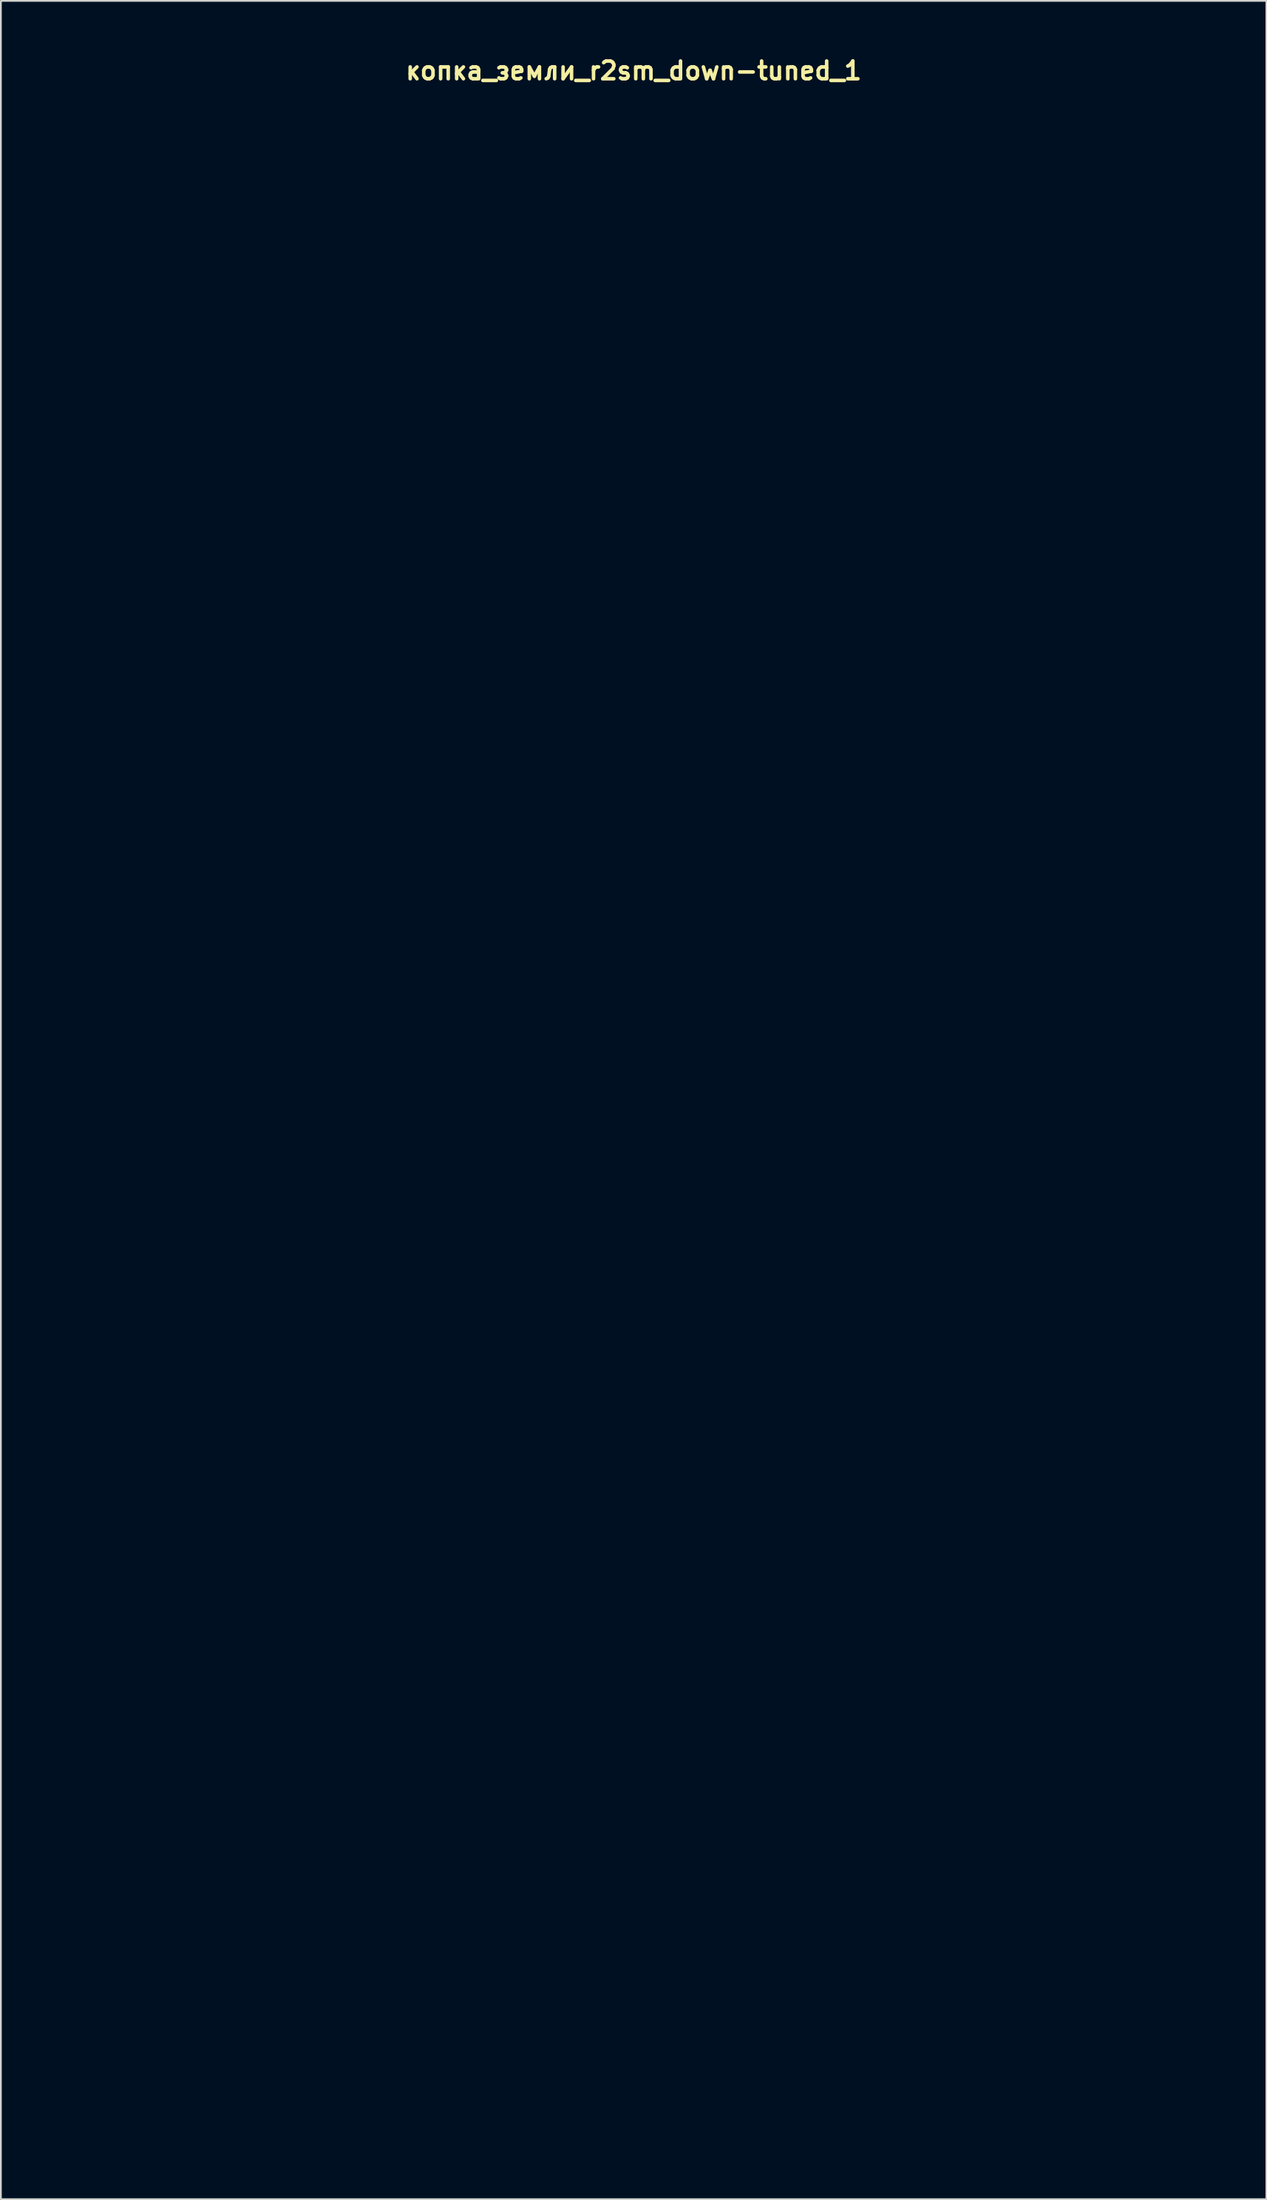
<source format=kicad_pcb>
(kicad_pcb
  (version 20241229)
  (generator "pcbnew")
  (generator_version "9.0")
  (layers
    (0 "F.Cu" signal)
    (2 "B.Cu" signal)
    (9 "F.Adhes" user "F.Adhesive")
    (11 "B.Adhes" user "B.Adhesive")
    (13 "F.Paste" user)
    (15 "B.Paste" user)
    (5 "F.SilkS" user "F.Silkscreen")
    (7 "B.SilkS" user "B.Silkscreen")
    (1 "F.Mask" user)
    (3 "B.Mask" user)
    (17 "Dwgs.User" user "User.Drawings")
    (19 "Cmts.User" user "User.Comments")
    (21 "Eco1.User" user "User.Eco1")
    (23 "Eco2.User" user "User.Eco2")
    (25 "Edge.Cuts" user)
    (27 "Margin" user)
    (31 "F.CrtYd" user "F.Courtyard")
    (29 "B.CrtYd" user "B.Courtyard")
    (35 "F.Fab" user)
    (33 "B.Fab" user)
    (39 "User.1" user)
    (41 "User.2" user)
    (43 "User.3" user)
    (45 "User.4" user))
  (footprint "копка_земли_r2sm_down-tuned_1"
    (layer "F.Cu")
    (at 32.67 59.737)
    (property "Reference" "копка_земли_r2sm_down-tuned_1" (at 0 -58.801 0) (layer "F.SilkS") (effects (font (size 1 1) (thickness 0.2))))
    (attr through_hole)
    (fp_line (start -32.47 -57.98) (end -32.47 57.98) (stroke (width 0.4) (type solid)) (layer "Eco1.User"))
    (fp_line (start -32.47 -57.98) (end 32.47 -57.98) (stroke (width 0.4) (type solid)) (layer "Eco1.User"))
    (fp_line (start -32.47 -55.98) (end 32.47 -55.98) (stroke (width 0.2) (type solid)) (layer "Eco1.User"))
    (fp_line (start -32.47 55.98) (end 32.47 55.98) (stroke (width 0.2) (type solid)) (layer "Eco1.User"))
    (fp_line (start -32.47 57.98) (end 32.47 57.98) (stroke (width 0.4) (type solid)) (layer "Eco1.User"))
    (fp_line (start 32.47 -57.98) (end 32.47 57.98) (stroke (width 0.4) (type solid)) (layer "Eco1.User"))
    (fp_circle (center -19.05 -40.44) (end -15.45 -40.44) (stroke (width 0.4) (type solid)) (fill no) (layer "Eco1.User"))
    (fp_circle (center -19.05 -40.44) (end -9.55 -40.44) (stroke (width 0.4) (type solid)) (fill no) (layer "Eco1.User"))
    (fp_circle (center -19.05 -12.5) (end -15.45 -12.5) (stroke (width 0.4) (type solid)) (fill no) (layer "Eco1.User"))
    (fp_circle (center -19.05 -12.5) (end -9.55 -12.5) (stroke (width 0.4) (type solid)) (fill no) (layer "Eco1.User"))
    (fp_circle (center -19.05 44.45) (end -16.4 44.45) (stroke (width 0.4) (type solid)) (fill no) (layer "Eco1.User"))
    (fp_circle (center -8.89 -50.8) (end -7.39 -50.8) (stroke (width 0.4) (type solid)) (fill no) (layer "Eco1.User"))
    (fp_circle (center -8.89 -50.8) (end -5.89 -50.8) (stroke (width 0.4) (type solid)) (fill no) (layer "Eco1.User"))
    (fp_circle (center 0 -26.47) (end 3.6 -26.47) (stroke (width 0.4) (type solid)) (fill no) (layer "Eco1.User"))
    (fp_circle (center 0 -26.47) (end 9.5 -26.47) (stroke (width 0.4) (type solid)) (fill no) (layer "Eco1.User"))
    (fp_circle (center 0 1.47) (end 3.6 1.47) (stroke (width 0.4) (type solid)) (fill no) (layer "Eco1.User"))
    (fp_circle (center 0 1.47) (end 9.5 1.47) (stroke (width 0.4) (type solid)) (fill no) (layer "Eco1.User"))
    (fp_circle (center 0 44.45) (end 6 44.45) (stroke (width 0.4) (type solid)) (fill no) (layer "Eco1.User"))
    (fp_circle (center 0 44.45) (end 10 44.45) (stroke (width 0.4) (type solid)) (fill no) (layer "Eco1.User"))
    (fp_circle (center 8.89 -50.8) (end 10.39 -50.8) (stroke (width 0.4) (type solid)) (fill no) (layer "Eco1.User"))
    (fp_circle (center 8.89 -50.8) (end 11.89 -50.8) (stroke (width 0.4) (type solid)) (fill no) (layer "Eco1.User"))
    (fp_circle (center 19.05 -40.44) (end 22.65 -40.44) (stroke (width 0.4) (type solid)) (fill no) (layer "Eco1.User"))
    (fp_circle (center 19.05 -40.44) (end 28.55 -40.44) (stroke (width 0.4) (type solid)) (fill no) (layer "Eco1.User"))
    (fp_circle (center 19.05 -12.5) (end 22.65 -12.5) (stroke (width 0.4) (type solid)) (fill no) (layer "Eco1.User"))
    (fp_circle (center 19.05 -12.5) (end 28.55 -12.5) (stroke (width 0.4) (type solid)) (fill no) (layer "Eco1.User"))
    (fp_line (start -32.47 -57.98) (end -32.47 57.98) (stroke (width 0.4) (type solid)) (layer "Eco2.User"))
    (fp_line (start -32.47 -57.98) (end 32.47 -57.98) (stroke (width 0.4) (type solid)) (layer "Eco2.User"))
    (fp_line (start -32.47 57.98) (end 32.47 57.98) (stroke (width 0.4) (type solid)) (layer "Eco2.User"))
    (fp_line (start -29.21 -54.928) (end -29.21 -49.847) (stroke (width 0.5) (type solid)) (layer "Eco2.User"))
    (fp_line (start -29.21 -54.928) (end -22.225 -54.928) (stroke (width 0.5) (type solid)) (layer "Eco2.User"))
    (fp_line (start -29.21 -49.847) (end -26.035 -46.672) (stroke (width 0.5) (type solid)) (layer "Eco2.User"))
    (fp_line (start -29.21 -44.767) (end -29.21 -39.688) (stroke (width 0.5) (type solid)) (layer "Eco2.User"))
    (fp_line (start -29.21 -44.767) (end -22.225 -44.767) (stroke (width 0.5) (type solid)) (layer "Eco2.User"))
    (fp_line (start -29.21 -39.688) (end -26.035 -36.513) (stroke (width 0.5) (type solid)) (layer "Eco2.User"))
    (fp_line (start -29.21 -34.608) (end -29.21 -29.527) (stroke (width 0.5) (type solid)) (layer "Eco2.User"))
    (fp_line (start -29.21 -34.608) (end -22.225 -34.608) (stroke (width 0.5) (type solid)) (layer "Eco2.User"))
    (fp_line (start -29.21 -29.527) (end -26.035 -26.352) (stroke (width 0.5) (type solid)) (layer "Eco2.User"))
    (fp_line (start -29.21 -24.448) (end -29.21 -19.367) (stroke (width 0.5) (type solid)) (layer "Eco2.User"))
    (fp_line (start -29.21 -24.448) (end -22.225 -24.448) (stroke (width 0.5) (type solid)) (layer "Eco2.User"))
    (fp_line (start -29.21 -19.367) (end -26.035 -16.192) (stroke (width 0.5) (type solid)) (layer "Eco2.User"))
    (fp_line (start -29.21 -14.287) (end -29.21 -9.207) (stroke (width 0.5) (type solid)) (layer "Eco2.User"))
    (fp_line (start -29.21 -14.287) (end -22.225 -14.287) (stroke (width 0.5) (type solid)) (layer "Eco2.User"))
    (fp_line (start -29.21 -9.207) (end -26.035 -6.032) (stroke (width 0.5) (type solid)) (layer "Eco2.User"))
    (fp_line (start -29.21 -4.128) (end -29.21 0.953) (stroke (width 0.5) (type solid)) (layer "Eco2.User"))
    (fp_line (start -29.21 -4.128) (end -22.225 -4.128) (stroke (width 0.5) (type solid)) (layer "Eco2.User"))
    (fp_line (start -29.21 0.953) (end -26.035 4.128) (stroke (width 0.5) (type solid)) (layer "Eco2.User"))
    (fp_line (start -29.21 6.032) (end -29.21 11.113) (stroke (width 0.5) (type solid)) (layer "Eco2.User"))
    (fp_line (start -29.21 6.032) (end -22.225 6.032) (stroke (width 0.5) (type solid)) (layer "Eco2.User"))
    (fp_line (start -29.21 11.113) (end -26.035 14.287) (stroke (width 0.5) (type solid)) (layer "Eco2.User"))
    (fp_line (start -29.21 16.192) (end -29.21 21.273) (stroke (width 0.5) (type solid)) (layer "Eco2.User"))
    (fp_line (start -29.21 16.192) (end -22.225 16.192) (stroke (width 0.5) (type solid)) (layer "Eco2.User"))
    (fp_line (start -29.21 21.273) (end -26.035 24.448) (stroke (width 0.5) (type solid)) (layer "Eco2.User"))
    (fp_line (start -29.21 26.352) (end -29.21 31.433) (stroke (width 0.5) (type solid)) (layer "Eco2.User"))
    (fp_line (start -29.21 26.352) (end 26.035 26.352) (stroke (width 0.5) (type solid)) (layer "Eco2.User"))
    (fp_line (start -29.21 31.433) (end -26.035 34.608) (stroke (width 0.5) (type solid)) (layer "Eco2.User"))
    (fp_line (start -29.21 36.513) (end -29.21 41.593) (stroke (width 0.5) (type solid)) (layer "Eco2.User"))
    (fp_line (start -29.21 36.513) (end -22.225 36.513) (stroke (width 0.5) (type solid)) (layer "Eco2.User"))
    (fp_line (start -29.21 41.593) (end -26.035 44.767) (stroke (width 0.5) (type solid)) (layer "Eco2.User"))
    (fp_line (start -29.21 46.672) (end -29.21 51.752) (stroke (width 0.5) (type solid)) (layer "Eco2.User"))
    (fp_line (start -29.21 46.672) (end -22.225 46.672) (stroke (width 0.5) (type solid)) (layer "Eco2.User"))
    (fp_line (start -29.21 51.752) (end -26.035 54.928) (stroke (width 0.5) (type solid)) (layer "Eco2.User"))
    (fp_line (start -26.035 -46.672) (end -19.05 -46.672) (stroke (width 0.5) (type solid)) (layer "Eco2.User"))
    (fp_line (start -26.035 -36.513) (end -19.05 -36.513) (stroke (width 0.5) (type solid)) (layer "Eco2.User"))
    (fp_line (start -26.035 -26.352) (end -23.177 -26.352) (stroke (width 0.5) (type solid)) (layer "Eco2.User"))
    (fp_line (start -26.035 -16.192) (end -19.05 -16.192) (stroke (width 0.5) (type solid)) (layer "Eco2.User"))
    (fp_line (start -26.035 -6.032) (end -19.05 -6.032) (stroke (width 0.5) (type solid)) (layer "Eco2.User"))
    (fp_line (start -26.035 4.128) (end -19.05 4.128) (stroke (width 0.5) (type solid)) (layer "Eco2.User"))
    (fp_line (start -26.035 14.287) (end -19.05 14.287) (stroke (width 0.5) (type solid)) (layer "Eco2.User"))
    (fp_line (start -26.035 24.448) (end -19.05 24.448) (stroke (width 0.5) (type solid)) (layer "Eco2.User"))
    (fp_line (start -26.035 34.608) (end -6.985 34.608) (stroke (width 0.5) (type solid)) (layer "Eco2.User"))
    (fp_line (start -26.035 44.767) (end -19.05 44.767) (stroke (width 0.5) (type solid)) (layer "Eco2.User"))
    (fp_line (start -26.035 54.928) (end -19.05 54.928) (stroke (width 0.5) (type solid)) (layer "Eco2.User"))
    (fp_line (start -22.225 -54.928) (end -19.05 -51.752) (stroke (width 0.5) (type solid)) (layer "Eco2.User"))
    (fp_line (start -22.225 -44.767) (end -19.05 -41.593) (stroke (width 0.5) (type solid)) (layer "Eco2.User"))
    (fp_line (start -22.225 -34.608) (end -19.05 -31.433) (stroke (width 0.5) (type solid)) (layer "Eco2.User"))
    (fp_line (start -22.225 -24.448) (end -19.05 -21.273) (stroke (width 0.5) (type solid)) (layer "Eco2.User"))
    (fp_line (start -22.225 -14.287) (end -19.05 -11.113) (stroke (width 0.5) (type solid)) (layer "Eco2.User"))
    (fp_line (start -22.225 -4.128) (end -20.003 -1.905) (stroke (width 0.5) (type solid)) (layer "Eco2.User"))
    (fp_line (start -22.225 6.032) (end -19.05 9.207) (stroke (width 0.5) (type solid)) (layer "Eco2.User"))
    (fp_line (start -22.225 16.192) (end -19.05 19.367) (stroke (width 0.5) (type solid)) (layer "Eco2.User"))
    (fp_line (start -22.225 36.513) (end -19.05 39.688) (stroke (width 0.5) (type solid)) (layer "Eco2.User"))
    (fp_line (start -22.225 46.672) (end -19.05 49.847) (stroke (width 0.5) (type solid)) (layer "Eco2.User"))
    (fp_line (start -19.05 -51.752) (end -19.05 -46.672) (stroke (width 0.5) (type solid)) (layer "Eco2.User"))
    (fp_line (start -19.05 -41.593) (end -19.05 -36.513) (stroke (width 0.5) (type solid)) (layer "Eco2.User"))
    (fp_line (start -19.05 -31.433) (end -19.05 -29.845) (stroke (width 0.5) (type solid)) (layer "Eco2.User"))
    (fp_line (start -19.05 -21.273) (end -19.05 -16.192) (stroke (width 0.5) (type solid)) (layer "Eco2.User"))
    (fp_line (start -19.05 -11.113) (end -19.05 -6.032) (stroke (width 0.5) (type solid)) (layer "Eco2.User"))
    (fp_line (start -19.05 2.857) (end -19.05 4.128) (stroke (width 0.5) (type solid)) (layer "Eco2.User"))
    (fp_line (start -19.05 9.207) (end -19.05 14.287) (stroke (width 0.5) (type solid)) (layer "Eco2.User"))
    (fp_line (start -19.05 19.367) (end -19.05 24.448) (stroke (width 0.5) (type solid)) (layer "Eco2.User"))
    (fp_line (start -19.05 39.688) (end -19.05 44.767) (stroke (width 0.5) (type solid)) (layer "Eco2.User"))
    (fp_line (start -19.05 49.847) (end -19.05 54.928) (stroke (width 0.5) (type solid)) (layer "Eco2.User"))
    (fp_line (start -17.145 -54.928) (end -17.145 -49.847) (stroke (width 0.5) (type solid)) (layer "Eco2.User"))
    (fp_line (start -17.145 -54.928) (end -10.16 -54.928) (stroke (width 0.5) (type solid)) (layer "Eco2.User"))
    (fp_line (start -17.145 -49.847) (end -13.97 -46.672) (stroke (width 0.5) (type solid)) (layer "Eco2.User"))
    (fp_line (start -17.145 -44.767) (end -17.145 -39.688) (stroke (width 0.5) (type solid)) (layer "Eco2.User"))
    (fp_line (start -17.145 -44.767) (end 13.97 -44.767) (stroke (width 0.5) (type solid)) (layer "Eco2.User"))
    (fp_line (start -17.145 -39.688) (end -13.97 -36.513) (stroke (width 0.5) (type solid)) (layer "Eco2.User"))
    (fp_line (start -17.145 -34.608) (end -17.145 -29.845) (stroke (width 0.5) (type solid)) (layer "Eco2.User"))
    (fp_line (start -17.145 -34.608) (end -10.16 -34.608) (stroke (width 0.5) (type solid)) (layer "Eco2.User"))
    (fp_line (start -17.145 -24.448) (end -17.145 -19.367) (stroke (width 0.5) (type solid)) (layer "Eco2.User"))
    (fp_line (start -17.145 -24.448) (end -10.16 -24.448) (stroke (width 0.5) (type solid)) (layer "Eco2.User"))
    (fp_line (start -17.145 -19.367) (end -13.97 -16.192) (stroke (width 0.5) (type solid)) (layer "Eco2.User"))
    (fp_line (start -17.145 -14.287) (end -17.145 -9.207) (stroke (width 0.5) (type solid)) (layer "Eco2.User"))
    (fp_line (start -17.145 -14.287) (end -10.16 -14.287) (stroke (width 0.5) (type solid)) (layer "Eco2.User"))
    (fp_line (start -17.145 -9.207) (end -13.97 -6.032) (stroke (width 0.5) (type solid)) (layer "Eco2.User"))
    (fp_line (start -17.145 -4.128) (end -17.145 -1.905) (stroke (width 0.5) (type solid)) (layer "Eco2.User"))
    (fp_line (start -17.145 -4.128) (end -10.16 -4.128) (stroke (width 0.5) (type solid)) (layer "Eco2.User"))
    (fp_line (start -17.145 6.032) (end -17.145 11.113) (stroke (width 0.5) (type solid)) (layer "Eco2.User"))
    (fp_line (start -17.145 6.032) (end -10.16 6.032) (stroke (width 0.5) (type solid)) (layer "Eco2.User"))
    (fp_line (start -17.145 11.113) (end -13.97 14.287) (stroke (width 0.5) (type solid)) (layer "Eco2.User"))
    (fp_line (start -17.145 16.192) (end -17.145 21.273) (stroke (width 0.5) (type solid)) (layer "Eco2.User"))
    (fp_line (start -17.145 16.192) (end -6.985 16.192) (stroke (width 0.5) (type solid)) (layer "Eco2.User"))
    (fp_line (start -17.145 21.273) (end -13.97 24.448) (stroke (width 0.5) (type solid)) (layer "Eco2.User"))
    (fp_line (start -17.145 36.513) (end -17.145 41.593) (stroke (width 0.5) (type solid)) (layer "Eco2.User"))
    (fp_line (start -17.145 36.513) (end -10.16 36.513) (stroke (width 0.5) (type solid)) (layer "Eco2.User"))
    (fp_line (start -17.145 41.593) (end -13.97 44.767) (stroke (width 0.5) (type solid)) (layer "Eco2.User"))
    (fp_line (start -17.145 46.672) (end -17.145 51.752) (stroke (width 0.5) (type solid)) (layer "Eco2.User"))
    (fp_line (start -17.145 46.672) (end -10.16 46.672) (stroke (width 0.5) (type solid)) (layer "Eco2.User"))
    (fp_line (start -17.145 51.752) (end -13.97 54.928) (stroke (width 0.5) (type solid)) (layer "Eco2.User"))
    (fp_line (start -15.24 2.857) (end -13.97 4.128) (stroke (width 0.5) (type solid)) (layer "Eco2.User"))
    (fp_line (start -14.287 -26.352) (end -6.985 -26.352) (stroke (width 0.5) (type solid)) (layer "Eco2.User"))
    (fp_line (start -13.97 -46.672) (end -6.985 -46.672) (stroke (width 0.5) (type solid)) (layer "Eco2.User"))
    (fp_line (start -13.97 -36.513) (end 17.145 -36.513) (stroke (width 0.5) (type solid)) (layer "Eco2.User"))
    (fp_line (start -13.97 -16.192) (end -6.985 -16.192) (stroke (width 0.5) (type solid)) (layer "Eco2.User"))
    (fp_line (start -13.97 -6.032) (end -6.985 -6.032) (stroke (width 0.5) (type solid)) (layer "Eco2.User"))
    (fp_line (start -13.97 4.128) (end -6.985 4.128) (stroke (width 0.5) (type solid)) (layer "Eco2.User"))
    (fp_line (start -13.97 14.287) (end -6.985 14.287) (stroke (width 0.5) (type solid)) (layer "Eco2.User"))
    (fp_line (start -13.97 24.448) (end 17.145 24.448) (stroke (width 0.5) (type solid)) (layer "Eco2.User"))
    (fp_line (start -13.97 44.767) (end -6.985 44.767) (stroke (width 0.5) (type solid)) (layer "Eco2.User"))
    (fp_line (start -13.97 54.928) (end -6.985 54.928) (stroke (width 0.5) (type solid)) (layer "Eco2.User"))
    (fp_line (start -10.16 -54.928) (end -6.985 -51.752) (stroke (width 0.5) (type solid)) (layer "Eco2.User"))
    (fp_line (start -10.16 -34.608) (end -6.985 -31.433) (stroke (width 0.5) (type solid)) (layer "Eco2.User"))
    (fp_line (start -10.16 -24.448) (end -6.985 -21.273) (stroke (width 0.5) (type solid)) (layer "Eco2.User"))
    (fp_line (start -10.16 -14.287) (end -6.985 -11.113) (stroke (width 0.5) (type solid)) (layer "Eco2.User"))
    (fp_line (start -10.16 -4.128) (end -6.985 -0.953) (stroke (width 0.5) (type solid)) (layer "Eco2.User"))
    (fp_line (start -10.16 6.032) (end -6.985 9.207) (stroke (width 0.5) (type solid)) (layer "Eco2.User"))
    (fp_line (start -10.16 36.513) (end -6.985 39.688) (stroke (width 0.5) (type solid)) (layer "Eco2.User"))
    (fp_line (start -10.16 46.672) (end -6.985 49.847) (stroke (width 0.5) (type solid)) (layer "Eco2.User"))
    (fp_line (start -6.985 -51.752) (end -6.985 -46.672) (stroke (width 0.5) (type solid)) (layer "Eco2.User"))
    (fp_line (start -6.985 -31.433) (end -6.985 -26.352) (stroke (width 0.5) (type solid)) (layer "Eco2.User"))
    (fp_line (start -6.985 -21.273) (end -6.985 -16.192) (stroke (width 0.5) (type solid)) (layer "Eco2.User"))
    (fp_line (start -6.985 -11.113) (end -6.985 -6.032) (stroke (width 0.5) (type solid)) (layer "Eco2.User"))
    (fp_line (start -6.985 -0.953) (end -6.985 4.128) (stroke (width 0.5) (type solid)) (layer "Eco2.User"))
    (fp_line (start -6.985 9.207) (end -6.985 14.287) (stroke (width 0.5) (type solid)) (layer "Eco2.User"))
    (fp_line (start -6.985 16.192) (end -6.032 17.145) (stroke (width 0.5) (type solid)) (layer "Eco2.User"))
    (fp_line (start -6.985 34.608) (end -6.032 33.655) (stroke (width 0.5) (type solid)) (layer "Eco2.User"))
    (fp_line (start -6.985 39.688) (end -6.985 44.767) (stroke (width 0.5) (type solid)) (layer "Eco2.User"))
    (fp_line (start -6.985 49.847) (end -6.985 54.928) (stroke (width 0.5) (type solid)) (layer "Eco2.User"))
    (fp_line (start -6.032 17.145) (end 6.032 17.145) (stroke (width 0.5) (type solid)) (layer "Eco2.User"))
    (fp_line (start -6.032 33.655) (end 6.032 33.655) (stroke (width 0.5) (type solid)) (layer "Eco2.User"))
    (fp_line (start -5.715 -40.64) (end -4.445 -40.64) (stroke (width 0.25) (type solid)) (layer "Eco2.User"))
    (fp_line (start -5.08 -54.928) (end -5.08 -49.847) (stroke (width 0.5) (type solid)) (layer "Eco2.User"))
    (fp_line (start -5.08 -54.928) (end 1.905 -54.928) (stroke (width 0.5) (type solid)) (layer "Eco2.User"))
    (fp_line (start -5.08 -49.847) (end -1.905 -46.672) (stroke (width 0.5) (type solid)) (layer "Eco2.User"))
    (fp_line (start -5.08 -41.275) (end -5.08 -40.005) (stroke (width 0.25) (type solid)) (layer "Eco2.User"))
    (fp_line (start -5.08 -34.608) (end -5.08 -29.527) (stroke (width 0.5) (type solid)) (layer "Eco2.User"))
    (fp_line (start -5.08 -34.608) (end 1.905 -34.608) (stroke (width 0.5) (type solid)) (layer "Eco2.User"))
    (fp_line (start -5.08 -29.527) (end -1.905 -26.352) (stroke (width 0.5) (type solid)) (layer "Eco2.User"))
    (fp_line (start -5.08 -24.448) (end -5.08 -19.367) (stroke (width 0.5) (type solid)) (layer "Eco2.User"))
    (fp_line (start -5.08 -24.448) (end 1.905 -24.448) (stroke (width 0.5) (type solid)) (layer "Eco2.User"))
    (fp_line (start -5.08 -19.367) (end -1.905 -16.192) (stroke (width 0.5) (type solid)) (layer "Eco2.User"))
    (fp_line (start -5.08 -11.113) (end -5.08 -9.207) (stroke (width 0.5) (type solid)) (layer "Eco2.User"))
    (fp_line (start -5.08 -9.207) (end -1.905 -6.032) (stroke (width 0.5) (type solid)) (layer "Eco2.User"))
    (fp_line (start -5.08 -4.128) (end -5.08 0.953) (stroke (width 0.5) (type solid)) (layer "Eco2.User"))
    (fp_line (start -5.08 -4.128) (end 1.905 -4.128) (stroke (width 0.5) (type solid)) (layer "Eco2.User"))
    (fp_line (start -5.08 0.953) (end -1.905 4.128) (stroke (width 0.5) (type solid)) (layer "Eco2.User"))
    (fp_line (start -5.08 6.032) (end -5.08 11.113) (stroke (width 0.5) (type solid)) (layer "Eco2.User"))
    (fp_line (start -5.08 6.032) (end 1.905 6.032) (stroke (width 0.5) (type solid)) (layer "Eco2.User"))
    (fp_line (start -5.08 11.113) (end -3.81 12.383) (stroke (width 0.5) (type solid)) (layer "Eco2.User"))
    (fp_line (start -5.08 36.513) (end -5.08 41.593) (stroke (width 0.5) (type solid)) (layer "Eco2.User"))
    (fp_line (start -5.08 36.513) (end 1.905 36.513) (stroke (width 0.5) (type solid)) (layer "Eco2.User"))
    (fp_line (start -5.08 41.593) (end -1.905 44.767) (stroke (width 0.5) (type solid)) (layer "Eco2.User"))
    (fp_line (start -5.08 46.672) (end -5.08 51.752) (stroke (width 0.5) (type solid)) (layer "Eco2.User"))
    (fp_line (start -5.08 46.672) (end 1.905 46.672) (stroke (width 0.5) (type solid)) (layer "Eco2.User"))
    (fp_line (start -5.08 51.752) (end -1.905 54.928) (stroke (width 0.5) (type solid)) (layer "Eco2.User"))
    (fp_line (start -3.81 -40.64) (end -1.27 -40.64) (stroke (width 0.5) (type solid)) (layer "Eco2.User"))
    (fp_line (start -1.905 -46.672) (end 5.08 -46.672) (stroke (width 0.5) (type solid)) (layer "Eco2.User"))
    (fp_line (start -1.905 -26.352) (end 5.08 -26.352) (stroke (width 0.5) (type solid)) (layer "Eco2.User"))
    (fp_line (start -1.905 -16.192) (end 5.08 -16.192) (stroke (width 0.5) (type solid)) (layer "Eco2.User"))
    (fp_line (start -1.905 -6.032) (end 5.08 -6.032) (stroke (width 0.5) (type solid)) (layer "Eco2.User"))
    (fp_line (start -1.905 4.128) (end 5.08 4.128) (stroke (width 0.5) (type solid)) (layer "Eco2.User"))
    (fp_line (start -1.905 44.767) (end 5.08 44.767) (stroke (width 0.5) (type solid)) (layer "Eco2.User"))
    (fp_line (start -1.905 54.928) (end 5.08 54.928) (stroke (width 0.5) (type solid)) (layer "Eco2.User"))
    (fp_line (start 0 -40.64) (end 3.81 -40.64) (stroke (width 0.5) (type solid)) (layer "Eco2.User"))
    (fp_line (start 1.905 -54.928) (end 5.08 -51.752) (stroke (width 0.5) (type solid)) (layer "Eco2.User"))
    (fp_line (start 1.905 -34.608) (end 5.08 -31.433) (stroke (width 0.5) (type solid)) (layer "Eco2.User"))
    (fp_line (start 1.905 -24.448) (end 5.08 -21.273) (stroke (width 0.5) (type solid)) (layer "Eco2.User"))
    (fp_line (start 1.905 -4.128) (end 5.08 -0.953) (stroke (width 0.5) (type solid)) (layer "Eco2.User"))
    (fp_line (start 1.905 6.032) (end 5.08 9.207) (stroke (width 0.5) (type solid)) (layer "Eco2.User"))
    (fp_line (start 1.905 36.513) (end 5.08 39.688) (stroke (width 0.5) (type solid)) (layer "Eco2.User"))
    (fp_line (start 1.905 46.672) (end 5.08 49.847) (stroke (width 0.5) (type solid)) (layer "Eco2.User"))
    (fp_line (start 4.445 -40.64) (end 5.715 -40.64) (stroke (width 0.25) (type solid)) (layer "Eco2.User"))
    (fp_line (start 4.763 14.287) (end 5.08 14.287) (stroke (width 0.5) (type solid)) (layer "Eco2.User"))
    (fp_line (start 5.08 -51.752) (end 5.08 -46.672) (stroke (width 0.5) (type solid)) (layer "Eco2.User"))
    (fp_line (start 5.08 -31.433) (end 5.08 -26.352) (stroke (width 0.5) (type solid)) (layer "Eco2.User"))
    (fp_line (start 5.08 -21.273) (end 5.08 -16.192) (stroke (width 0.5) (type solid)) (layer "Eco2.User"))
    (fp_line (start 5.08 -11.113) (end 5.08 -6.032) (stroke (width 0.5) (type solid)) (layer "Eco2.User"))
    (fp_line (start 5.08 -0.953) (end 5.08 4.128) (stroke (width 0.5) (type solid)) (layer "Eco2.User"))
    (fp_line (start 5.08 9.207) (end 5.08 14.287) (stroke (width 0.5) (type solid)) (layer "Eco2.User"))
    (fp_line (start 5.08 39.688) (end 5.08 44.767) (stroke (width 0.5) (type solid)) (layer "Eco2.User"))
    (fp_line (start 5.08 49.847) (end 5.08 54.928) (stroke (width 0.5) (type solid)) (layer "Eco2.User"))
    (fp_line (start 6.032 17.145) (end 6.985 16.192) (stroke (width 0.5) (type solid)) (layer "Eco2.User"))
    (fp_line (start 6.032 33.655) (end 6.985 34.608) (stroke (width 0.5) (type solid)) (layer "Eco2.User"))
    (fp_line (start 6.985 -54.928) (end 6.985 -49.847) (stroke (width 0.5) (type solid)) (layer "Eco2.User"))
    (fp_line (start 6.985 -54.928) (end 13.97 -54.928) (stroke (width 0.5) (type solid)) (layer "Eco2.User"))
    (fp_line (start 6.985 -49.847) (end 10.16 -46.672) (stroke (width 0.5) (type solid)) (layer "Eco2.User"))
    (fp_line (start 6.985 -34.608) (end 6.985 -29.527) (stroke (width 0.5) (type solid)) (layer "Eco2.User"))
    (fp_line (start 6.985 -34.608) (end 13.97 -34.608) (stroke (width 0.5) (type solid)) (layer "Eco2.User"))
    (fp_line (start 6.985 -29.527) (end 10.16 -26.352) (stroke (width 0.5) (type solid)) (layer "Eco2.User"))
    (fp_line (start 6.985 -24.448) (end 6.985 -19.367) (stroke (width 0.5) (type solid)) (layer "Eco2.User"))
    (fp_line (start 6.985 -24.448) (end 13.97 -24.448) (stroke (width 0.5) (type solid)) (layer "Eco2.User"))
    (fp_line (start 6.985 -19.367) (end 10.16 -16.192) (stroke (width 0.5) (type solid)) (layer "Eco2.User"))
    (fp_line (start 6.985 -14.287) (end 6.985 -9.207) (stroke (width 0.5) (type solid)) (layer "Eco2.User"))
    (fp_line (start 6.985 -14.287) (end 13.97 -14.287) (stroke (width 0.5) (type solid)) (layer "Eco2.User"))
    (fp_line (start 6.985 -9.207) (end 10.16 -6.032) (stroke (width 0.5) (type solid)) (layer "Eco2.User"))
    (fp_line (start 6.985 -4.128) (end 6.985 0.953) (stroke (width 0.5) (type solid)) (layer "Eco2.User"))
    (fp_line (start 6.985 -4.128) (end 13.97 -4.128) (stroke (width 0.5) (type solid)) (layer "Eco2.User"))
    (fp_line (start 6.985 0.953) (end 10.16 4.128) (stroke (width 0.5) (type solid)) (layer "Eco2.User"))
    (fp_line (start 6.985 6.032) (end 6.985 11.113) (stroke (width 0.5) (type solid)) (layer "Eco2.User"))
    (fp_line (start 6.985 6.032) (end 13.97 6.032) (stroke (width 0.5) (type solid)) (layer "Eco2.User"))
    (fp_line (start 6.985 11.113) (end 10.16 14.287) (stroke (width 0.5) (type solid)) (layer "Eco2.User"))
    (fp_line (start 6.985 16.192) (end 13.97 16.192) (stroke (width 0.5) (type solid)) (layer "Eco2.User"))
    (fp_line (start 6.985 34.608) (end 29.21 34.608) (stroke (width 0.5) (type solid)) (layer "Eco2.User"))
    (fp_line (start 6.985 36.513) (end 6.985 41.593) (stroke (width 0.5) (type solid)) (layer "Eco2.User"))
    (fp_line (start 6.985 36.513) (end 13.97 36.513) (stroke (width 0.5) (type solid)) (layer "Eco2.User"))
    (fp_line (start 6.985 41.593) (end 10.16 44.767) (stroke (width 0.5) (type solid)) (layer "Eco2.User"))
    (fp_line (start 6.985 46.672) (end 6.985 51.752) (stroke (width 0.5) (type solid)) (layer "Eco2.User"))
    (fp_line (start 6.985 46.672) (end 13.97 46.672) (stroke (width 0.5) (type solid)) (layer "Eco2.User"))
    (fp_line (start 6.985 51.752) (end 10.16 54.928) (stroke (width 0.5) (type solid)) (layer "Eco2.User"))
    (fp_line (start 10.16 -46.672) (end 17.145 -46.672) (stroke (width 0.5) (type solid)) (layer "Eco2.User"))
    (fp_line (start 10.16 -26.352) (end 14.287 -26.352) (stroke (width 0.5) (type solid)) (layer "Eco2.User"))
    (fp_line (start 10.16 -16.192) (end 17.145 -16.192) (stroke (width 0.5) (type solid)) (layer "Eco2.User"))
    (fp_line (start 10.16 -6.032) (end 17.145 -6.032) (stroke (width 0.5) (type solid)) (layer "Eco2.User"))
    (fp_line (start 10.16 4.128) (end 17.145 4.128) (stroke (width 0.5) (type solid)) (layer "Eco2.User"))
    (fp_line (start 10.16 14.287) (end 17.145 14.287) (stroke (width 0.5) (type solid)) (layer "Eco2.User"))
    (fp_line (start 10.16 44.767) (end 17.145 44.767) (stroke (width 0.5) (type solid)) (layer "Eco2.User"))
    (fp_line (start 10.16 54.928) (end 17.145 54.928) (stroke (width 0.5) (type solid)) (layer "Eco2.User"))
    (fp_line (start 13.97 -54.928) (end 17.145 -51.752) (stroke (width 0.5) (type solid)) (layer "Eco2.User"))
    (fp_line (start 13.97 -44.767) (end 17.145 -41.593) (stroke (width 0.5) (type solid)) (layer "Eco2.User"))
    (fp_line (start 13.97 -34.608) (end 17.145 -31.433) (stroke (width 0.5) (type solid)) (layer "Eco2.User"))
    (fp_line (start 13.97 -24.448) (end 17.145 -21.273) (stroke (width 0.5) (type solid)) (layer "Eco2.User"))
    (fp_line (start 13.97 -14.287) (end 17.145 -11.113) (stroke (width 0.5) (type solid)) (layer "Eco2.User"))
    (fp_line (start 13.97 -4.128) (end 15.875 -2.223) (stroke (width 0.5) (type solid)) (layer "Eco2.User"))
    (fp_line (start 13.97 6.032) (end 17.145 9.207) (stroke (width 0.5) (type solid)) (layer "Eco2.User"))
    (fp_line (start 13.97 16.192) (end 17.145 19.367) (stroke (width 0.5) (type solid)) (layer "Eco2.User"))
    (fp_line (start 13.97 36.513) (end 17.145 39.688) (stroke (width 0.5) (type solid)) (layer "Eco2.User"))
    (fp_line (start 13.97 46.672) (end 17.145 49.847) (stroke (width 0.5) (type solid)) (layer "Eco2.User"))
    (fp_line (start 17.145 -51.752) (end 17.145 -46.672) (stroke (width 0.5) (type solid)) (layer "Eco2.User"))
    (fp_line (start 17.145 -41.593) (end 17.145 -36.513) (stroke (width 0.5) (type solid)) (layer "Eco2.User"))
    (fp_line (start 17.145 -31.433) (end 17.145 -29.845) (stroke (width 0.5) (type solid)) (layer "Eco2.User"))
    (fp_line (start 17.145 -21.273) (end 17.145 -16.192) (stroke (width 0.5) (type solid)) (layer "Eco2.User"))
    (fp_line (start 17.145 -11.113) (end 17.145 -6.032) (stroke (width 0.5) (type solid)) (layer "Eco2.User"))
    (fp_line (start 17.145 2.857) (end 17.145 4.128) (stroke (width 0.5) (type solid)) (layer "Eco2.User"))
    (fp_line (start 17.145 9.207) (end 17.145 14.287) (stroke (width 0.5) (type solid)) (layer "Eco2.User"))
    (fp_line (start 17.145 19.367) (end 17.145 24.448) (stroke (width 0.5) (type solid)) (layer "Eco2.User"))
    (fp_line (start 17.145 39.688) (end 17.145 44.767) (stroke (width 0.5) (type solid)) (layer "Eco2.User"))
    (fp_line (start 17.145 49.847) (end 17.145 54.928) (stroke (width 0.5) (type solid)) (layer "Eco2.User"))
    (fp_line (start 19.05 -54.928) (end 19.05 -49.847) (stroke (width 0.5) (type solid)) (layer "Eco2.User"))
    (fp_line (start 19.05 -54.928) (end 26.035 -54.928) (stroke (width 0.5) (type solid)) (layer "Eco2.User"))
    (fp_line (start 19.05 -49.847) (end 22.225 -46.672) (stroke (width 0.5) (type solid)) (layer "Eco2.User"))
    (fp_line (start 19.05 -44.767) (end 19.05 -39.688) (stroke (width 0.5) (type solid)) (layer "Eco2.User"))
    (fp_line (start 19.05 -44.767) (end 26.035 -44.767) (stroke (width 0.5) (type solid)) (layer "Eco2.User"))
    (fp_line (start 19.05 -39.688) (end 22.225 -36.513) (stroke (width 0.5) (type solid)) (layer "Eco2.User"))
    (fp_line (start 19.05 -34.608) (end 19.05 -29.845) (stroke (width 0.5) (type solid)) (layer "Eco2.User"))
    (fp_line (start 19.05 -34.608) (end 26.035 -34.608) (stroke (width 0.5) (type solid)) (layer "Eco2.User"))
    (fp_line (start 19.05 -24.448) (end 19.05 -19.367) (stroke (width 0.5) (type solid)) (layer "Eco2.User"))
    (fp_line (start 19.05 -24.448) (end 26.035 -24.448) (stroke (width 0.5) (type solid)) (layer "Eco2.User"))
    (fp_line (start 19.05 -19.367) (end 22.225 -16.192) (stroke (width 0.5) (type solid)) (layer "Eco2.User"))
    (fp_line (start 19.05 -14.287) (end 19.05 -9.207) (stroke (width 0.5) (type solid)) (layer "Eco2.User"))
    (fp_line (start 19.05 -14.287) (end 26.035 -14.287) (stroke (width 0.5) (type solid)) (layer "Eco2.User"))
    (fp_line (start 19.05 -9.207) (end 22.225 -6.032) (stroke (width 0.5) (type solid)) (layer "Eco2.User"))
    (fp_line (start 19.05 -4.128) (end 19.05 -1.905) (stroke (width 0.5) (type solid)) (layer "Eco2.User"))
    (fp_line (start 19.05 -4.128) (end 26.035 -4.128) (stroke (width 0.5) (type solid)) (layer "Eco2.User"))
    (fp_line (start 19.05 6.032) (end 19.05 11.113) (stroke (width 0.5) (type solid)) (layer "Eco2.User"))
    (fp_line (start 19.05 6.032) (end 26.035 6.032) (stroke (width 0.5) (type solid)) (layer "Eco2.User"))
    (fp_line (start 19.05 11.113) (end 22.225 14.287) (stroke (width 0.5) (type solid)) (layer "Eco2.User"))
    (fp_line (start 19.05 16.192) (end 19.05 21.273) (stroke (width 0.5) (type solid)) (layer "Eco2.User"))
    (fp_line (start 19.05 16.192) (end 26.035 16.192) (stroke (width 0.5) (type solid)) (layer "Eco2.User"))
    (fp_line (start 19.05 21.273) (end 22.225 24.448) (stroke (width 0.5) (type solid)) (layer "Eco2.User"))
    (fp_line (start 19.05 36.513) (end 19.05 41.593) (stroke (width 0.5) (type solid)) (layer "Eco2.User"))
    (fp_line (start 19.05 36.513) (end 26.035 36.513) (stroke (width 0.5) (type solid)) (layer "Eco2.User"))
    (fp_line (start 19.05 41.593) (end 22.225 44.767) (stroke (width 0.5) (type solid)) (layer "Eco2.User"))
    (fp_line (start 19.05 46.672) (end 19.05 51.752) (stroke (width 0.5) (type solid)) (layer "Eco2.User"))
    (fp_line (start 19.05 46.672) (end 26.035 46.672) (stroke (width 0.5) (type solid)) (layer "Eco2.User"))
    (fp_line (start 19.05 51.752) (end 22.225 54.928) (stroke (width 0.5) (type solid)) (layer "Eco2.User"))
    (fp_line (start 20.955 2.857) (end 22.225 4.128) (stroke (width 0.5) (type solid)) (layer "Eco2.User"))
    (fp_line (start 22.225 -46.672) (end 29.21 -46.672) (stroke (width 0.5) (type solid)) (layer "Eco2.User"))
    (fp_line (start 22.225 -36.513) (end 29.21 -36.513) (stroke (width 0.5) (type solid)) (layer "Eco2.User"))
    (fp_line (start 22.225 -16.192) (end 29.21 -16.192) (stroke (width 0.5) (type solid)) (layer "Eco2.User"))
    (fp_line (start 22.225 -6.032) (end 29.21 -6.032) (stroke (width 0.5) (type solid)) (layer "Eco2.User"))
    (fp_line (start 22.225 4.128) (end 29.21 4.128) (stroke (width 0.5) (type solid)) (layer "Eco2.User"))
    (fp_line (start 22.225 14.287) (end 29.21 14.287) (stroke (width 0.5) (type solid)) (layer "Eco2.User"))
    (fp_line (start 22.225 24.448) (end 29.21 24.448) (stroke (width 0.5) (type solid)) (layer "Eco2.User"))
    (fp_line (start 22.225 44.767) (end 29.21 44.767) (stroke (width 0.5) (type solid)) (layer "Eco2.User"))
    (fp_line (start 22.225 54.928) (end 29.21 54.928) (stroke (width 0.5) (type solid)) (layer "Eco2.User"))
    (fp_line (start 23.812 -26.352) (end 29.21 -26.352) (stroke (width 0.5) (type solid)) (layer "Eco2.User"))
    (fp_line (start 26.035 -54.928) (end 29.21 -51.752) (stroke (width 0.5) (type solid)) (layer "Eco2.User"))
    (fp_line (start 26.035 -44.767) (end 29.21 -41.593) (stroke (width 0.5) (type solid)) (layer "Eco2.User"))
    (fp_line (start 26.035 -34.608) (end 29.21 -31.433) (stroke (width 0.5) (type solid)) (layer "Eco2.User"))
    (fp_line (start 26.035 -24.448) (end 29.21 -21.273) (stroke (width 0.5) (type solid)) (layer "Eco2.User"))
    (fp_line (start 26.035 -14.287) (end 29.21 -11.113) (stroke (width 0.5) (type solid)) (layer "Eco2.User"))
    (fp_line (start 26.035 -4.128) (end 29.21 -0.953) (stroke (width 0.5) (type solid)) (layer "Eco2.User"))
    (fp_line (start 26.035 6.032) (end 29.21 9.207) (stroke (width 0.5) (type solid)) (layer "Eco2.User"))
    (fp_line (start 26.035 16.192) (end 29.21 19.367) (stroke (width 0.5) (type solid)) (layer "Eco2.User"))
    (fp_line (start 26.035 26.352) (end 29.21 29.527) (stroke (width 0.5) (type solid)) (layer "Eco2.User"))
    (fp_line (start 26.035 36.513) (end 29.21 39.688) (stroke (width 0.5) (type solid)) (layer "Eco2.User"))
    (fp_line (start 26.035 46.672) (end 29.21 49.847) (stroke (width 0.5) (type solid)) (layer "Eco2.User"))
    (fp_line (start 29.21 -51.752) (end 29.21 -46.672) (stroke (width 0.5) (type solid)) (layer "Eco2.User"))
    (fp_line (start 29.21 -41.593) (end 29.21 -36.513) (stroke (width 0.5) (type solid)) (layer "Eco2.User"))
    (fp_line (start 29.21 -31.433) (end 29.21 -26.352) (stroke (width 0.5) (type solid)) (layer "Eco2.User"))
    (fp_line (start 29.21 -21.273) (end 29.21 -16.192) (stroke (width 0.5) (type solid)) (layer "Eco2.User"))
    (fp_line (start 29.21 -11.113) (end 29.21 -6.032) (stroke (width 0.5) (type solid)) (layer "Eco2.User"))
    (fp_line (start 29.21 -0.953) (end 29.21 4.128) (stroke (width 0.5) (type solid)) (layer "Eco2.User"))
    (fp_line (start 29.21 9.207) (end 29.21 14.287) (stroke (width 0.5) (type solid)) (layer "Eco2.User"))
    (fp_line (start 29.21 19.367) (end 29.21 24.448) (stroke (width 0.5) (type solid)) (layer "Eco2.User"))
    (fp_line (start 29.21 29.527) (end 29.21 34.608) (stroke (width 0.5) (type solid)) (layer "Eco2.User"))
    (fp_line (start 29.21 39.688) (end 29.21 44.767) (stroke (width 0.5) (type solid)) (layer "Eco2.User"))
    (fp_line (start 29.21 49.847) (end 29.21 54.928) (stroke (width 0.5) (type solid)) (layer "Eco2.User"))
    (fp_line (start 32.47 -57.98) (end 32.47 57.98) (stroke (width 0.4) (type solid)) (layer "Eco2.User"))
    (fp_arc (start 0 -39.37) (mid -1.27 -40.64) (end 0 -41.91) (stroke (width 0.5) (type solid)) (layer "Eco2.User"))
    (fp_circle (center -5.08 -40.64) (end -3.81 -40.64) (stroke (width 0.5) (type solid)) (fill no) (layer "Eco2.User"))
    (fp_circle (center 0 -40.64) (end 0.25 -40.64) (stroke (width 0.5) (type solid)) (fill no) (layer "Eco2.User"))
    (fp_circle (center 5.08 -40.64) (end 6.35 -40.64) (stroke (width 0.5) (type solid)) (fill no) (layer "Eco2.User"))
    (fp_poly (pts (xy -25.4 30.48) (xy -22.86 29.21) (xy -22.86 31.75)) (stroke (width 0.5) (type solid)) (fill no) (layer "Eco2.User"))
    (fp_poly (pts (xy 22.86 30.48) (xy 25.4 29.21) (xy 25.4 31.75)) (stroke (width 0.5) (type solid)) (fill no) (layer "Eco2.User"))
    (fp_poly (pts (xy -27.94 -51.117) (xy -28.575 -51.117) (xy -28.575 -54.292) (xy -27.94 -54.292)) (stroke (width 0.125) (type solid)) (fill no) (layer "Eco2.User"))
    (fp_poly (pts (xy -27.94 -40.958) (xy -28.575 -40.958) (xy -28.575 -44.133) (xy -27.94 -44.133)) (stroke (width 0.125) (type solid)) (fill no) (layer "Eco2.User"))
    (fp_poly (pts (xy -27.94 -30.797) (xy -28.575 -30.797) (xy -28.575 -33.972) (xy -27.94 -33.972)) (stroke (width 0.125) (type solid)) (fill no) (layer "Eco2.User"))
    (fp_poly (pts (xy -27.94 -20.637) (xy -28.575 -20.637) (xy -28.575 -23.812) (xy -27.94 -23.812)) (stroke (width 0.125) (type solid)) (fill no) (layer "Eco2.User"))
    (fp_poly (pts (xy -27.94 -10.477) (xy -28.575 -10.477) (xy -28.575 -13.652) (xy -27.94 -13.652)) (stroke (width 0.125) (type solid)) (fill no) (layer "Eco2.User"))
    (fp_poly (pts (xy -27.94 -0.318) (xy -28.575 -0.318) (xy -28.575 -3.493) (xy -27.94 -3.493)) (stroke (width 0.125) (type solid)) (fill no) (layer "Eco2.User"))
    (fp_poly (pts (xy -27.94 9.842) (xy -28.575 9.842) (xy -28.575 6.668) (xy -27.94 6.668)) (stroke (width 0.125) (type solid)) (fill no) (layer "Eco2.User"))
    (fp_poly (pts (xy -27.94 20.003) (xy -28.575 20.003) (xy -28.575 16.828) (xy -27.94 16.828)) (stroke (width 0.125) (type solid)) (fill no) (layer "Eco2.User"))
    (fp_poly (pts (xy -27.94 40.322) (xy -28.575 40.322) (xy -28.575 37.148) (xy -27.94 37.148)) (stroke (width 0.125) (type solid)) (fill no) (layer "Eco2.User"))
    (fp_poly (pts (xy -27.94 50.483) (xy -28.575 50.483) (xy -28.575 47.307) (xy -27.94 47.307)) (stroke (width 0.125) (type solid)) (fill no) (layer "Eco2.User"))
    (fp_poly (pts (xy -26.67 -51.117) (xy -27.305 -51.117) (xy -27.305 -54.292) (xy -26.67 -54.292)) (stroke (width 0.125) (type solid)) (fill no) (layer "Eco2.User"))
    (fp_poly (pts (xy -26.67 -40.958) (xy -27.305 -40.958) (xy -27.305 -44.133) (xy -26.67 -44.133)) (stroke (width 0.125) (type solid)) (fill no) (layer "Eco2.User"))
    (fp_poly (pts (xy -26.67 -30.797) (xy -27.305 -30.797) (xy -27.305 -33.972) (xy -26.67 -33.972)) (stroke (width 0.125) (type solid)) (fill no) (layer "Eco2.User"))
    (fp_poly (pts (xy -26.67 -20.637) (xy -27.305 -20.637) (xy -27.305 -23.812) (xy -26.67 -23.812)) (stroke (width 0.125) (type solid)) (fill no) (layer "Eco2.User"))
    (fp_poly (pts (xy -26.67 -10.477) (xy -27.305 -10.477) (xy -27.305 -13.652) (xy -26.67 -13.652)) (stroke (width 0.125) (type solid)) (fill no) (layer "Eco2.User"))
    (fp_poly (pts (xy -26.67 -0.318) (xy -27.305 -0.318) (xy -27.305 -3.493) (xy -26.67 -3.493)) (stroke (width 0.125) (type solid)) (fill no) (layer "Eco2.User"))
    (fp_poly (pts (xy -26.67 40.322) (xy -27.305 40.322) (xy -27.305 37.148) (xy -26.67 37.148)) (stroke (width 0.125) (type solid)) (fill no) (layer "Eco2.User"))
    (fp_poly (pts (xy -26.67 50.483) (xy -27.305 50.483) (xy -27.305 47.307) (xy -26.67 47.307)) (stroke (width 0.125) (type solid)) (fill no) (layer "Eco2.User"))
    (fp_poly (pts (xy -25.4 -51.117) (xy -26.035 -51.117) (xy -26.035 -54.292) (xy -25.4 -54.292)) (stroke (width 0.125) (type solid)) (fill no) (layer "Eco2.User"))
    (fp_poly (pts (xy -25.4 -30.797) (xy -26.035 -30.797) (xy -26.035 -33.972) (xy -25.4 -33.972)) (stroke (width 0.125) (type solid)) (fill no) (layer "Eco2.User"))
    (fp_poly (pts (xy -25.4 -20.637) (xy -26.035 -20.637) (xy -26.035 -23.812) (xy -25.4 -23.812)) (stroke (width 0.125) (type solid)) (fill no) (layer "Eco2.User"))
    (fp_poly (pts (xy -25.4 -10.477) (xy -26.035 -10.477) (xy -26.035 -13.652) (xy -25.4 -13.652)) (stroke (width 0.125) (type solid)) (fill no) (layer "Eco2.User"))
    (fp_poly (pts (xy -25.4 50.483) (xy -26.035 50.483) (xy -26.035 47.307) (xy -25.4 47.307)) (stroke (width 0.125) (type solid)) (fill no) (layer "Eco2.User"))
    (fp_poly (pts (xy -24.13 -30.797) (xy -24.765 -30.797) (xy -24.765 -33.972) (xy -24.13 -33.972)) (stroke (width 0.125) (type solid)) (fill no) (layer "Eco2.User"))
    (fp_poly (pts (xy -24.13 -20.637) (xy -24.765 -20.637) (xy -24.765 -23.812) (xy -24.13 -23.812)) (stroke (width 0.125) (type solid)) (fill no) (layer "Eco2.User"))
    (fp_poly (pts (xy -24.13 50.483) (xy -24.765 50.483) (xy -24.765 47.307) (xy -24.13 47.307)) (stroke (width 0.125) (type solid)) (fill no) (layer "Eco2.User"))
    (fp_poly (pts (xy -15.875 -51.117) (xy -16.51 -51.117) (xy -16.51 -54.292) (xy -15.875 -54.292)) (stroke (width 0.125) (type solid)) (fill no) (layer "Eco2.User"))
    (fp_poly (pts (xy -15.875 -40.958) (xy -16.51 -40.958) (xy -16.51 -44.133) (xy -15.875 -44.133)) (stroke (width 0.125) (type solid)) (fill no) (layer "Eco2.User"))
    (fp_poly (pts (xy -15.875 -30.797) (xy -16.51 -30.797) (xy -16.51 -33.972) (xy -15.875 -33.972)) (stroke (width 0.125) (type solid)) (fill no) (layer "Eco2.User"))
    (fp_poly (pts (xy -15.875 -20.637) (xy -16.51 -20.637) (xy -16.51 -23.812) (xy -15.875 -23.812)) (stroke (width 0.125) (type solid)) (fill no) (layer "Eco2.User"))
    (fp_poly (pts (xy -15.875 9.842) (xy -16.51 9.842) (xy -16.51 6.668) (xy -15.875 6.668)) (stroke (width 0.125) (type solid)) (fill no) (layer "Eco2.User"))
    (fp_poly (pts (xy -15.875 40.322) (xy -16.51 40.322) (xy -16.51 37.148) (xy -15.875 37.148)) (stroke (width 0.125) (type solid)) (fill no) (layer "Eco2.User"))
    (fp_poly (pts (xy -15.875 50.483) (xy -16.51 50.483) (xy -16.51 47.307) (xy -15.875 47.307)) (stroke (width 0.125) (type solid)) (fill no) (layer "Eco2.User"))
    (fp_poly (pts (xy -14.605 -51.117) (xy -15.24 -51.117) (xy -15.24 -54.292) (xy -14.605 -54.292)) (stroke (width 0.125) (type solid)) (fill no) (layer "Eco2.User"))
    (fp_poly (pts (xy -14.605 -40.958) (xy -15.24 -40.958) (xy -15.24 -44.133) (xy -14.605 -44.133)) (stroke (width 0.125) (type solid)) (fill no) (layer "Eco2.User"))
    (fp_poly (pts (xy -14.605 -20.637) (xy -15.24 -20.637) (xy -15.24 -23.812) (xy -14.605 -23.812)) (stroke (width 0.125) (type solid)) (fill no) (layer "Eco2.User"))
    (fp_poly (pts (xy -14.605 9.842) (xy -15.24 9.842) (xy -15.24 6.668) (xy -14.605 6.668)) (stroke (width 0.125) (type solid)) (fill no) (layer "Eco2.User"))
    (fp_poly (pts (xy -14.605 40.322) (xy -15.24 40.322) (xy -15.24 37.148) (xy -14.605 37.148)) (stroke (width 0.125) (type solid)) (fill no) (layer "Eco2.User"))
    (fp_poly (pts (xy -14.605 50.483) (xy -15.24 50.483) (xy -15.24 47.307) (xy -14.605 47.307)) (stroke (width 0.125) (type solid)) (fill no) (layer "Eco2.User"))
    (fp_poly (pts (xy -13.335 -51.117) (xy -13.97 -51.117) (xy -13.97 -54.292) (xy -13.335 -54.292)) (stroke (width 0.125) (type solid)) (fill no) (layer "Eco2.User"))
    (fp_poly (pts (xy -13.335 -40.958) (xy -13.97 -40.958) (xy -13.97 -44.133) (xy -13.335 -44.133)) (stroke (width 0.125) (type solid)) (fill no) (layer "Eco2.User"))
    (fp_poly (pts (xy -13.335 -20.637) (xy -13.97 -20.637) (xy -13.97 -23.812) (xy -13.335 -23.812)) (stroke (width 0.125) (type solid)) (fill no) (layer "Eco2.User"))
    (fp_poly (pts (xy -13.335 40.322) (xy -13.97 40.322) (xy -13.97 37.148) (xy -13.335 37.148)) (stroke (width 0.125) (type solid)) (fill no) (layer "Eco2.User"))
    (fp_poly (pts (xy -12.065 -51.117) (xy -12.7 -51.117) (xy -12.7 -54.292) (xy -12.065 -54.292)) (stroke (width 0.125) (type solid)) (fill no) (layer "Eco2.User"))
    (fp_poly (pts (xy -12.065 -40.958) (xy -12.7 -40.958) (xy -12.7 -44.133) (xy -12.065 -44.133)) (stroke (width 0.125) (type solid)) (fill no) (layer "Eco2.User"))
    (fp_poly (pts (xy -12.065 -20.637) (xy -12.7 -20.637) (xy -12.7 -23.812) (xy -12.065 -23.812)) (stroke (width 0.125) (type solid)) (fill no) (layer "Eco2.User"))
    (fp_poly (pts (xy -3.81 -51.117) (xy -4.445 -51.117) (xy -4.445 -54.292) (xy -3.81 -54.292)) (stroke (width 0.125) (type solid)) (fill no) (layer "Eco2.User"))
    (fp_poly (pts (xy -3.81 -30.797) (xy -4.445 -30.797) (xy -4.445 -33.972) (xy -3.81 -33.972)) (stroke (width 0.125) (type solid)) (fill no) (layer "Eco2.User"))
    (fp_poly (pts (xy -3.81 -20.637) (xy -4.445 -20.637) (xy -4.445 -23.812) (xy -3.81 -23.812)) (stroke (width 0.125) (type solid)) (fill no) (layer "Eco2.User"))
    (fp_poly (pts (xy -3.81 -0.318) (xy -4.445 -0.318) (xy -4.445 -3.493) (xy -3.81 -3.493)) (stroke (width 0.125) (type solid)) (fill no) (layer "Eco2.User"))
    (fp_poly (pts (xy -3.81 9.842) (xy -4.445 9.842) (xy -4.445 6.668) (xy -3.81 6.668)) (stroke (width 0.125) (type solid)) (fill no) (layer "Eco2.User"))
    (fp_poly (pts (xy -3.81 40.322) (xy -4.445 40.322) (xy -4.445 37.148) (xy -3.81 37.148)) (stroke (width 0.125) (type solid)) (fill no) (layer "Eco2.User"))
    (fp_poly (pts (xy -3.81 50.483) (xy -4.445 50.483) (xy -4.445 47.307) (xy -3.81 47.307)) (stroke (width 0.125) (type solid)) (fill no) (layer "Eco2.User"))
    (fp_poly (pts (xy -2.54 -30.797) (xy -3.175 -30.797) (xy -3.175 -33.972) (xy -2.54 -33.972)) (stroke (width 0.125) (type solid)) (fill no) (layer "Eco2.User"))
    (fp_poly (pts (xy -2.54 -20.637) (xy -3.175 -20.637) (xy -3.175 -23.812) (xy -2.54 -23.812)) (stroke (width 0.125) (type solid)) (fill no) (layer "Eco2.User"))
    (fp_poly (pts (xy -2.54 -0.318) (xy -3.175 -0.318) (xy -3.175 -3.493) (xy -2.54 -3.493)) (stroke (width 0.125) (type solid)) (fill no) (layer "Eco2.User"))
    (fp_poly (pts (xy -2.54 9.842) (xy -3.175 9.842) (xy -3.175 6.668) (xy -2.54 6.668)) (stroke (width 0.125) (type solid)) (fill no) (layer "Eco2.User"))
    (fp_poly (pts (xy -2.54 40.322) (xy -3.175 40.322) (xy -3.175 37.148) (xy -2.54 37.148)) (stroke (width 0.125) (type solid)) (fill no) (layer "Eco2.User"))
    (fp_poly (pts (xy -2.54 50.483) (xy -3.175 50.483) (xy -3.175 47.307) (xy -2.54 47.307)) (stroke (width 0.125) (type solid)) (fill no) (layer "Eco2.User"))
    (fp_poly (pts (xy -1.27 -20.637) (xy -1.905 -20.637) (xy -1.905 -23.812) (xy -1.27 -23.812)) (stroke (width 0.125) (type solid)) (fill no) (layer "Eco2.User"))
    (fp_poly (pts (xy -1.27 50.483) (xy -1.905 50.483) (xy -1.905 47.307) (xy -1.27 47.307)) (stroke (width 0.125) (type solid)) (fill no) (layer "Eco2.User"))
    (fp_poly (pts (xy 8.255 -51.117) (xy 7.62 -51.117) (xy 7.62 -54.292) (xy 8.255 -54.292)) (stroke (width 0.125) (type solid)) (fill no) (layer "Eco2.User"))
    (fp_poly (pts (xy 8.255 -30.797) (xy 7.62 -30.797) (xy 7.62 -33.972) (xy 8.255 -33.972)) (stroke (width 0.125) (type solid)) (fill no) (layer "Eco2.User"))
    (fp_poly (pts (xy 8.255 -20.637) (xy 7.62 -20.637) (xy 7.62 -23.812) (xy 8.255 -23.812)) (stroke (width 0.125) (type solid)) (fill no) (layer "Eco2.User"))
    (fp_poly (pts (xy 8.255 -10.477) (xy 7.62 -10.477) (xy 7.62 -13.652) (xy 8.255 -13.652)) (stroke (width 0.125) (type solid)) (fill no) (layer "Eco2.User"))
    (fp_poly (pts (xy 8.255 -0.318) (xy 7.62 -0.318) (xy 7.62 -3.493) (xy 8.255 -3.493)) (stroke (width 0.125) (type solid)) (fill no) (layer "Eco2.User"))
    (fp_poly (pts (xy 8.255 9.842) (xy 7.62 9.842) (xy 7.62 6.668) (xy 8.255 6.668)) (stroke (width 0.125) (type solid)) (fill no) (layer "Eco2.User"))
    (fp_poly (pts (xy 8.255 40.322) (xy 7.62 40.322) (xy 7.62 37.148) (xy 8.255 37.148)) (stroke (width 0.125) (type solid)) (fill no) (layer "Eco2.User"))
    (fp_poly (pts (xy 8.255 50.483) (xy 7.62 50.483) (xy 7.62 47.307) (xy 8.255 47.307)) (stroke (width 0.125) (type solid)) (fill no) (layer "Eco2.User"))
    (fp_poly (pts (xy 9.525 -30.797) (xy 8.89 -30.797) (xy 8.89 -33.972) (xy 9.525 -33.972)) (stroke (width 0.125) (type solid)) (fill no) (layer "Eco2.User"))
    (fp_poly (pts (xy 9.525 -10.477) (xy 8.89 -10.477) (xy 8.89 -13.652) (xy 9.525 -13.652)) (stroke (width 0.125) (type solid)) (fill no) (layer "Eco2.User"))
    (fp_poly (pts (xy 9.525 -0.318) (xy 8.89 -0.318) (xy 8.89 -3.493) (xy 9.525 -3.493)) (stroke (width 0.125) (type solid)) (fill no) (layer "Eco2.User"))
    (fp_poly (pts (xy 9.525 9.842) (xy 8.89 9.842) (xy 8.89 6.668) (xy 9.525 6.668)) (stroke (width 0.125) (type solid)) (fill no) (layer "Eco2.User"))
    (fp_poly (pts (xy 9.525 40.322) (xy 8.89 40.322) (xy 8.89 37.148) (xy 9.525 37.148)) (stroke (width 0.125) (type solid)) (fill no) (layer "Eco2.User"))
    (fp_poly (pts (xy 10.795 -10.477) (xy 10.16 -10.477) (xy 10.16 -13.652) (xy 10.795 -13.652)) (stroke (width 0.125) (type solid)) (fill no) (layer "Eco2.User"))
    (fp_poly (pts (xy 10.795 -0.318) (xy 10.16 -0.318) (xy 10.16 -3.493) (xy 10.795 -3.493)) (stroke (width 0.125) (type solid)) (fill no) (layer "Eco2.User"))
    (fp_poly (pts (xy 10.795 40.322) (xy 10.16 40.322) (xy 10.16 37.148) (xy 10.795 37.148)) (stroke (width 0.125) (type solid)) (fill no) (layer "Eco2.User"))
    (fp_poly (pts (xy 12.065 -10.477) (xy 11.43 -10.477) (xy 11.43 -13.652) (xy 12.065 -13.652)) (stroke (width 0.125) (type solid)) (fill no) (layer "Eco2.User"))
    (fp_poly (pts (xy 12.065 -0.318) (xy 11.43 -0.318) (xy 11.43 -3.493) (xy 12.065 -3.493)) (stroke (width 0.125) (type solid)) (fill no) (layer "Eco2.User"))
    (fp_poly (pts (xy 20.32 -51.117) (xy 19.685 -51.117) (xy 19.685 -54.292) (xy 20.32 -54.292)) (stroke (width 0.125) (type solid)) (fill no) (layer "Eco2.User"))
    (fp_poly (pts (xy 20.32 -40.958) (xy 19.685 -40.958) (xy 19.685 -44.133) (xy 20.32 -44.133)) (stroke (width 0.125) (type solid)) (fill no) (layer "Eco2.User"))
    (fp_poly (pts (xy 20.32 -30.797) (xy 19.685 -30.797) (xy 19.685 -33.972) (xy 20.32 -33.972)) (stroke (width 0.125) (type solid)) (fill no) (layer "Eco2.User"))
    (fp_poly (pts (xy 20.32 -20.637) (xy 19.685 -20.637) (xy 19.685 -23.812) (xy 20.32 -23.812)) (stroke (width 0.125) (type solid)) (fill no) (layer "Eco2.User"))
    (fp_poly (pts (xy 20.32 9.842) (xy 19.685 9.842) (xy 19.685 6.668) (xy 20.32 6.668)) (stroke (width 0.125) (type solid)) (fill no) (layer "Eco2.User"))
    (fp_poly (pts (xy 20.32 20.003) (xy 19.685 20.003) (xy 19.685 16.828) (xy 20.32 16.828)) (stroke (width 0.125) (type solid)) (fill no) (layer "Eco2.User"))
    (fp_poly (pts (xy 20.32 40.322) (xy 19.685 40.322) (xy 19.685 37.148) (xy 20.32 37.148)) (stroke (width 0.125) (type solid)) (fill no) (layer "Eco2.User"))
    (fp_poly (pts (xy 20.32 50.483) (xy 19.685 50.483) (xy 19.685 47.307) (xy 20.32 47.307)) (stroke (width 0.125) (type solid)) (fill no) (layer "Eco2.User"))
    (fp_poly (pts (xy 21.59 -51.117) (xy 20.955 -51.117) (xy 20.955 -54.292) (xy 21.59 -54.292)) (stroke (width 0.125) (type solid)) (fill no) (layer "Eco2.User"))
    (fp_poly (pts (xy 21.59 -40.958) (xy 20.955 -40.958) (xy 20.955 -44.133) (xy 21.59 -44.133)) (stroke (width 0.125) (type solid)) (fill no) (layer "Eco2.User"))
    (fp_poly (pts (xy 21.59 -30.797) (xy 20.955 -30.797) (xy 20.955 -33.972) (xy 21.59 -33.972)) (stroke (width 0.125) (type solid)) (fill no) (layer "Eco2.User"))
    (fp_poly (pts (xy 21.59 -20.637) (xy 20.955 -20.637) (xy 20.955 -23.812) (xy 21.59 -23.812)) (stroke (width 0.125) (type solid)) (fill no) (layer "Eco2.User"))
    (fp_poly (pts (xy 21.59 9.842) (xy 20.955 9.842) (xy 20.955 6.668) (xy 21.59 6.668)) (stroke (width 0.125) (type solid)) (fill no) (layer "Eco2.User"))
    (fp_poly (pts (xy 21.59 40.322) (xy 20.955 40.322) (xy 20.955 37.148) (xy 21.59 37.148)) (stroke (width 0.125) (type solid)) (fill no) (layer "Eco2.User"))
    (fp_poly (pts (xy 21.59 50.483) (xy 20.955 50.483) (xy 20.955 47.307) (xy 21.59 47.307)) (stroke (width 0.125) (type solid)) (fill no) (layer "Eco2.User"))
    (fp_poly (pts (xy 22.86 -51.117) (xy 22.225 -51.117) (xy 22.225 -54.292) (xy 22.86 -54.292)) (stroke (width 0.125) (type solid)) (fill no) (layer "Eco2.User"))
    (fp_poly (pts (xy 22.86 -40.958) (xy 22.225 -40.958) (xy 22.225 -44.133) (xy 22.86 -44.133)) (stroke (width 0.125) (type solid)) (fill no) (layer "Eco2.User"))
    (fp_poly (pts (xy 22.86 -30.797) (xy 22.225 -30.797) (xy 22.225 -33.972) (xy 22.86 -33.972)) (stroke (width 0.125) (type solid)) (fill no) (layer "Eco2.User"))
    (fp_poly (pts (xy 22.86 -20.637) (xy 22.225 -20.637) (xy 22.225 -23.812) (xy 22.86 -23.812)) (stroke (width 0.125) (type solid)) (fill no) (layer "Eco2.User"))
    (fp_poly (pts (xy 22.86 9.842) (xy 22.225 9.842) (xy 22.225 6.668) (xy 22.86 6.668)) (stroke (width 0.125) (type solid)) (fill no) (layer "Eco2.User"))
    (fp_poly (pts (xy 22.86 50.483) (xy 22.225 50.483) (xy 22.225 47.307) (xy 22.86 47.307)) (stroke (width 0.125) (type solid)) (fill no) (layer "Eco2.User"))
    (fp_poly (pts (xy 24.13 -51.117) (xy 23.495 -51.117) (xy 23.495 -54.292) (xy 24.13 -54.292)) (stroke (width 0.125) (type solid)) (fill no) (layer "Eco2.User"))
    (fp_poly (pts (xy 24.13 -40.958) (xy 23.495 -40.958) (xy 23.495 -44.133) (xy 24.13 -44.133)) (stroke (width 0.125) (type solid)) (fill no) (layer "Eco2.User"))
    (fp_poly (pts (xy 24.13 -20.637) (xy 23.495 -20.637) (xy 23.495 -23.812) (xy 24.13 -23.812)) (stroke (width 0.125) (type solid)) (fill no) (layer "Eco2.User"))
    (fp_poly (pts (xy 24.13 9.842) (xy 23.495 9.842) (xy 23.495 6.668) (xy 24.13 6.668)) (stroke (width 0.125) (type solid)) (fill no) (layer "Eco2.User"))
    (fp_text user "9V" (at 0 -50.8 0) (unlocked yes) (layer "Eco2.User") (effects (font (size 3 3) (thickness 0.5))))
    (fp_text user "DT" (at 24.13 20.32 0) (unlocked yes) (layer "Eco2.User") (effects (font (size 3 3) (thickness 0.5))))
    (fp_text user "500" (at -19.05 0.635 0) (unlocked yes) (layer "Eco2.User") (effects (font (size 3 3) (thickness 0.5))))
    (fp_text user "R2" (at -24.13 20.32 0) (unlocked yes) (layer "Eco2.User") (effects (font (size 3 3) (thickness 0.5))))
    (fp_text user "125" (at 19.05 -27.305 0) (unlocked yes) (layer "Eco2.User") (effects (font (size 3 3) (thickness 0.5))))
    (fp_text user "КОПКА ЗЕМЛИ" (at 0 30.48 0) (unlocked yes) (layer "Eco2.User") (effects (font (size 3 3) (thickness 0.5))))
    (fp_text user "VOL" (at -19.05 -27.305 0) (unlocked yes) (layer "Eco2.User") (effects (font (size 3 3) (thickness 0.5))))
    (fp_text user "1K0" (at 0 14.605 0) (unlocked yes) (layer "Eco2.User") (effects (font (size 3 3) (thickness 0.5))))
    (fp_text user "62.5" (at 0 -13.335 0) (unlocked yes) (layer "Eco2.User") (effects (font (size 3 3) (thickness 0.5))))
    (fp_text user "4K0" (at 19.05 0.635 0) (unlocked yes) (layer "Eco2.User") (effects (font (size 3 3) (thickness 0.5))))
    (fp_text user "-ТТКРЧПДЛ-" (at 0 20.32 0) (unlocked yes) (layer "Eco2.User") (effects (font (size 3 3) (thickness 0.5)))))
  (gr_rect
    (start -3 -3)
    (end 68.34 120.917)
    (stroke (width 0.1) (type default))
    (fill no)
    (layer "Edge.Cuts")))
</source>
